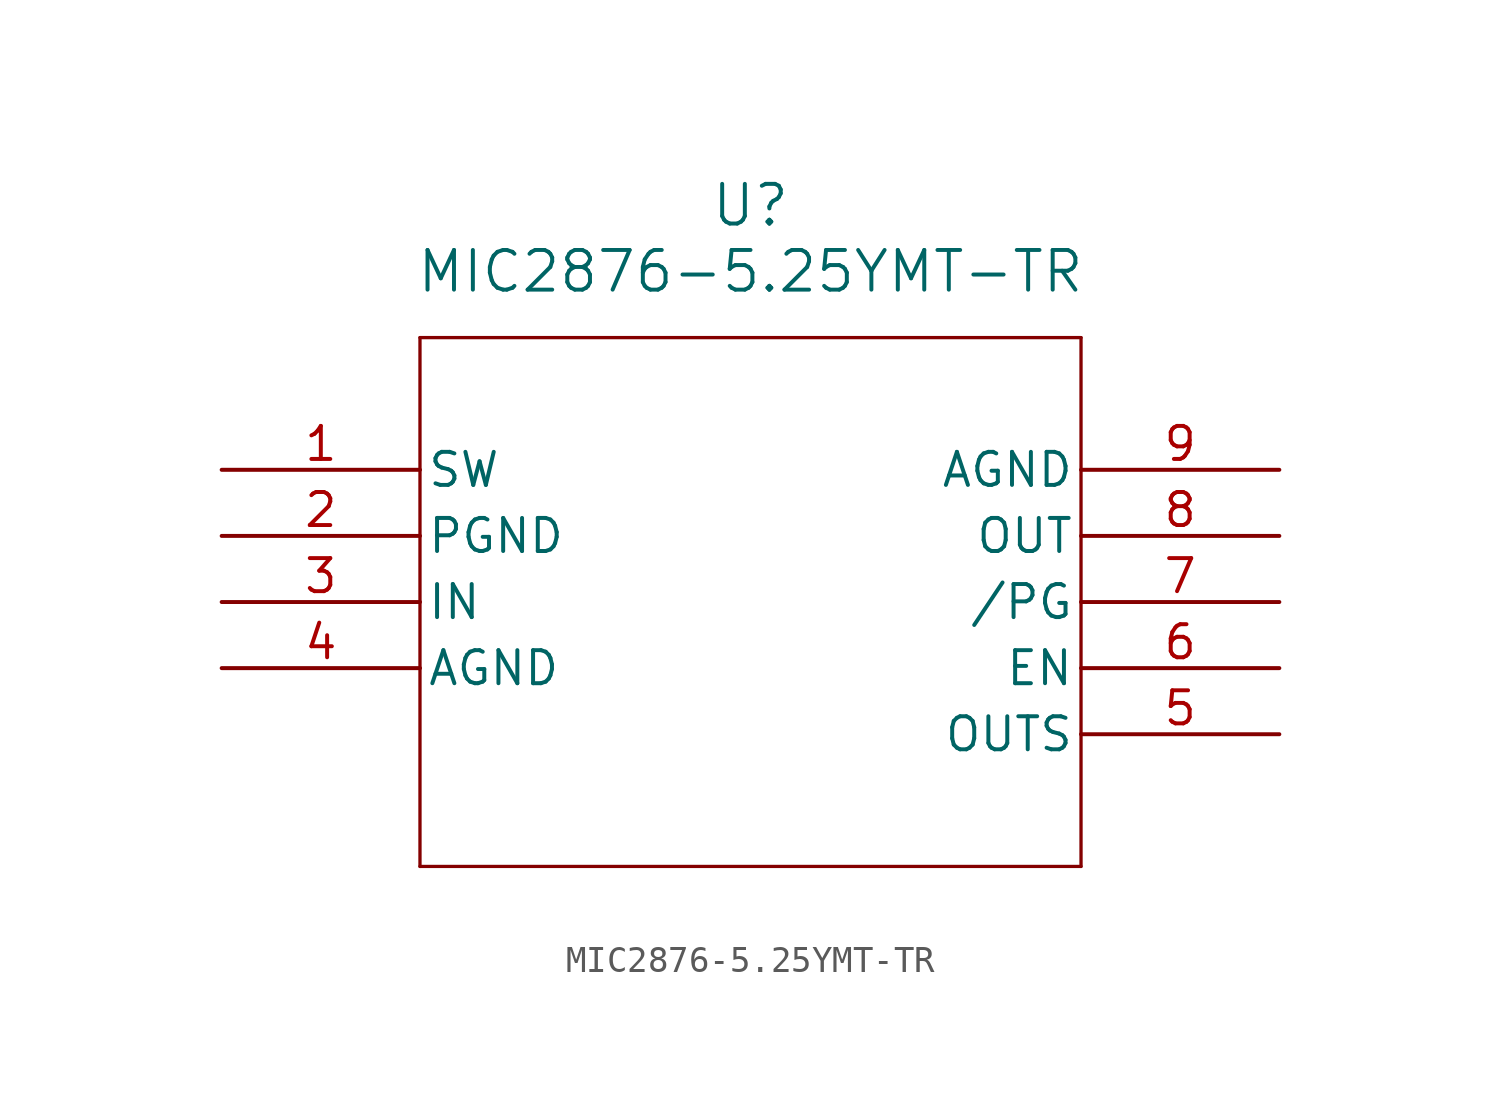
<source format=kicad_sym>
(kicad_symbol_lib
  (version 20211014)
  (generator kicad_symbol_editor)
  (symbol "MIC2876-5.25YMT-TR"
    (pin_names
      (offset 0.254))
    (property "Reference" "U"
      (at 20.32 10.16 0)
      (effects (font (size 1.524 1.524))))
    (property "Value" "MIC2876-5.25YMT-TR"
      (at 20.32 7.62 0)
      (effects (font (size 1.524 1.524))))
    (symbol "MIC2876-5.25YMT-TR_0_1"
      (polyline (pts (xy 7.62 5.08) (xy 7.62 -15.24)) (stroke (width 0.127) (type default) (color 0 0 0 0)) (fill (type none)))
      (polyline (pts (xy 7.62 -15.24) (xy 33.02 -15.24)) (stroke (width 0.127) (type default) (color 0 0 0 0)) (fill (type none)))
      (polyline (pts (xy 33.02 -15.24) (xy 33.02 5.08)) (stroke (width 0.127) (type default) (color 0 0 0 0)) (fill (type none)))
      (polyline (pts (xy 33.02 5.08) (xy 7.62 5.08)) (stroke (width 0.127) (type default) (color 0 0 0 0)) (fill (type none)))
      (pin unspecified line (at 0 0 0) (length 7.62) (name "SW" (effects (font (size 1.27 1.27)))) (number "1" (effects (font (size 1.27 1.27)))))
      (pin power_out line (at 0 -2.54 0) (length 7.62) (name "PGND" (effects (font (size 1.27 1.27)))) (number "2" (effects (font (size 1.27 1.27)))))
      (pin power_in line (at 0 -5.08 0) (length 7.62) (name "IN" (effects (font (size 1.27 1.27)))) (number "3" (effects (font (size 1.27 1.27)))))
      (pin power_out line (at 0 -7.62 0) (length 7.62) (name "AGND" (effects (font (size 1.27 1.27)))) (number "4" (effects (font (size 1.27 1.27)))))
      (pin input line (at 40.64 -10.16 180) (length 7.62) (name "OUTS" (effects (font (size 1.27 1.27)))) (number "5" (effects (font (size 1.27 1.27)))))
      (pin input line (at 40.64 -7.62 180) (length 7.62) (name "EN" (effects (font (size 1.27 1.27)))) (number "6" (effects (font (size 1.27 1.27)))))
      (pin output line (at 40.64 -5.08 180) (length 7.62) (name "/PG" (effects (font (size 1.27 1.27)))) (number "7" (effects (font (size 1.27 1.27)))))
      (pin output line (at 40.64 -2.54 180) (length 7.62) (name "OUT" (effects (font (size 1.27 1.27)))) (number "8" (effects (font (size 1.27 1.27)))))
      (pin power_out line (at 40.64 0 180) (length 7.62) (name "AGND" (effects (font (size 1.27 1.27)))) (number "9" (effects (font (size 1.27 1.27))))))))
</source>
